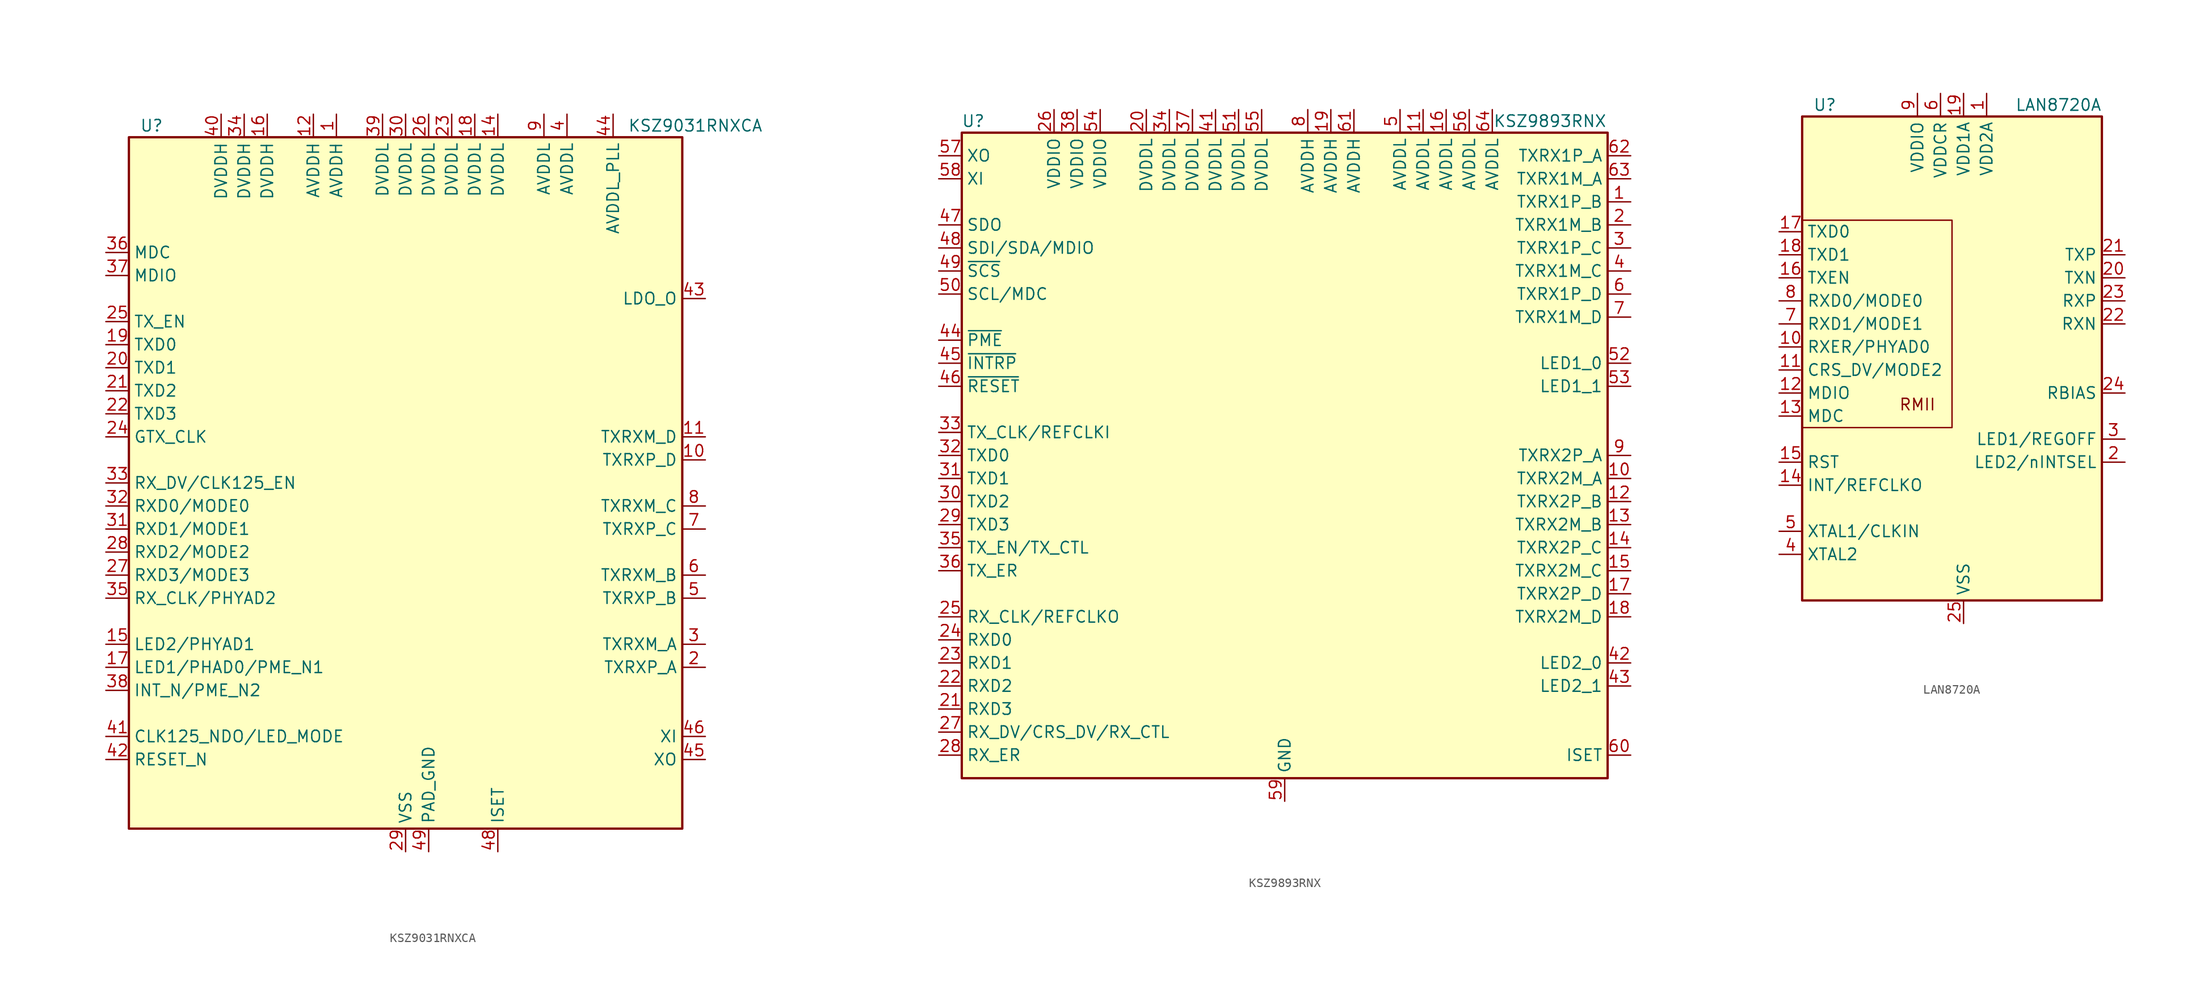
<source format=kicad_sym>
(kicad_symbol_lib
  (version 20201005)
  (generator kicad_symbol_editor)
  (symbol "Interface_Ethernet:KSZ9031RNXCA"
    (property "Reference" "U"
      (at -26.67 39.37 0)
      (effects (font (size 1.27 1.27)) (justify right)))
    (property "Value" "KSZ9031RNXCA"
      (at 39.37 39.37 0)
      (effects (font (size 1.27 1.27)) (justify right)))
    (symbol "KSZ9031RNXCA_0_1"
      (rectangle (start -30.48 38.1) (end 30.48 -38.1) (stroke (width 0.254)) (fill (type background))))
    (symbol "KSZ9031RNXCA_1_1"
      (pin power_in line (at -7.62 40.64 270) (length 2.54) (name "AVDDH" (effects (font (size 1.27 1.27)))) (number "1" (effects (font (size 1.27 1.27)))))
      (pin input line (at 33.02 2.54 180) (length 2.54) (name "TXRXP_D" (effects (font (size 1.27 1.27)))) (number "10" (effects (font (size 1.27 1.27)))))
      (pin input line (at 33.02 5.08 180) (length 2.54) (name "TXRXM_D" (effects (font (size 1.27 1.27)))) (number "11" (effects (font (size 1.27 1.27)))))
      (pin power_in line (at -10.16 40.64 270) (length 2.54) (name "AVDDH" (effects (font (size 1.27 1.27)))) (number "12" (effects (font (size 1.27 1.27)))))
      (pin no_connect line (at 30.48 12.7 180) (length 2.54) hide (name "NC" (effects (font (size 1.27 1.27)))) (number "13" (effects (font (size 1.27 1.27)))))
      (pin power_in line (at 10.16 40.64 270) (length 2.54) (name "DVDDL" (effects (font (size 1.27 1.27)))) (number "14" (effects (font (size 1.27 1.27)))))
      (pin bidirectional line (at -33.02 -17.78 0) (length 2.54) (name "LED2/PHYAD1" (effects (font (size 1.27 1.27)))) (number "15" (effects (font (size 1.27 1.27)))))
      (pin power_in line (at -15.24 40.64 270) (length 2.54) (name "DVDDH" (effects (font (size 1.27 1.27)))) (number "16" (effects (font (size 1.27 1.27)))))
      (pin bidirectional line (at -33.02 -20.32 0) (length 2.54) (name "LED1/PHAD0/PME_N1" (effects (font (size 1.27 1.27)))) (number "17" (effects (font (size 1.27 1.27)))))
      (pin power_in line (at 7.62 40.64 270) (length 2.54) (name "DVDDL" (effects (font (size 1.27 1.27)))) (number "18" (effects (font (size 1.27 1.27)))))
      (pin input line (at -33.02 15.24 0) (length 2.54) (name "TXD0" (effects (font (size 1.27 1.27)))) (number "19" (effects (font (size 1.27 1.27)))))
      (pin input line (at 33.02 -20.32 180) (length 2.54) (name "TXRXP_A" (effects (font (size 1.27 1.27)))) (number "2" (effects (font (size 1.27 1.27)))))
      (pin input line (at -33.02 12.7 0) (length 2.54) (name "TXD1" (effects (font (size 1.27 1.27)))) (number "20" (effects (font (size 1.27 1.27)))))
      (pin input line (at -33.02 10.16 0) (length 2.54) (name "TXD2" (effects (font (size 1.27 1.27)))) (number "21" (effects (font (size 1.27 1.27)))))
      (pin input line (at -33.02 7.62 0) (length 2.54) (name "TXD3" (effects (font (size 1.27 1.27)))) (number "22" (effects (font (size 1.27 1.27)))))
      (pin power_in line (at 5.08 40.64 270) (length 2.54) (name "DVDDL" (effects (font (size 1.27 1.27)))) (number "23" (effects (font (size 1.27 1.27)))))
      (pin input line (at -33.02 5.08 0) (length 2.54) (name "GTX_CLK" (effects (font (size 1.27 1.27)))) (number "24" (effects (font (size 1.27 1.27)))))
      (pin input line (at -33.02 17.78 0) (length 2.54) (name "TX_EN" (effects (font (size 1.27 1.27)))) (number "25" (effects (font (size 1.27 1.27)))))
      (pin power_in line (at 2.54 40.64 270) (length 2.54) (name "DVDDL" (effects (font (size 1.27 1.27)))) (number "26" (effects (font (size 1.27 1.27)))))
      (pin input line (at -33.02 -10.16 0) (length 2.54) (name "RXD3/MODE3" (effects (font (size 1.27 1.27)))) (number "27" (effects (font (size 1.27 1.27)))))
      (pin input line (at -33.02 -7.62 0) (length 2.54) (name "RXD2/MODE2" (effects (font (size 1.27 1.27)))) (number "28" (effects (font (size 1.27 1.27)))))
      (pin power_in line (at 0 -40.64 90) (length 2.54) (name "VSS" (effects (font (size 1.27 1.27)))) (number "29" (effects (font (size 1.27 1.27)))))
      (pin input line (at 33.02 -17.78 180) (length 2.54) (name "TXRXM_A" (effects (font (size 1.27 1.27)))) (number "3" (effects (font (size 1.27 1.27)))))
      (pin power_in line (at 0 40.64 270) (length 2.54) (name "DVDDL" (effects (font (size 1.27 1.27)))) (number "30" (effects (font (size 1.27 1.27)))))
      (pin input line (at -33.02 -5.08 0) (length 2.54) (name "RXD1/MODE1" (effects (font (size 1.27 1.27)))) (number "31" (effects (font (size 1.27 1.27)))))
      (pin input line (at -33.02 -2.54 0) (length 2.54) (name "RXD0/MODE0" (effects (font (size 1.27 1.27)))) (number "32" (effects (font (size 1.27 1.27)))))
      (pin input line (at -33.02 0 0) (length 2.54) (name "RX_DV/CLK125_EN" (effects (font (size 1.27 1.27)))) (number "33" (effects (font (size 1.27 1.27)))))
      (pin power_in line (at -17.78 40.64 270) (length 2.54) (name "DVDDH" (effects (font (size 1.27 1.27)))) (number "34" (effects (font (size 1.27 1.27)))))
      (pin input line (at -33.02 -12.7 0) (length 2.54) (name "RX_CLK/PHYAD2" (effects (font (size 1.27 1.27)))) (number "35" (effects (font (size 1.27 1.27)))))
      (pin input line (at -33.02 25.4 0) (length 2.54) (name "MDC" (effects (font (size 1.27 1.27)))) (number "36" (effects (font (size 1.27 1.27)))))
      (pin input line (at -33.02 22.86 0) (length 2.54) (name "MDIO" (effects (font (size 1.27 1.27)))) (number "37" (effects (font (size 1.27 1.27)))))
      (pin input line (at -33.02 -22.86 0) (length 2.54) (name "INT_N/PME_N2" (effects (font (size 1.27 1.27)))) (number "38" (effects (font (size 1.27 1.27)))))
      (pin power_in line (at -2.54 40.64 270) (length 2.54) (name "DVDDL" (effects (font (size 1.27 1.27)))) (number "39" (effects (font (size 1.27 1.27)))))
      (pin power_in line (at 17.78 40.64 270) (length 2.54) (name "AVDDL" (effects (font (size 1.27 1.27)))) (number "4" (effects (font (size 1.27 1.27)))))
      (pin power_in line (at -20.32 40.64 270) (length 2.54) (name "DVDDH" (effects (font (size 1.27 1.27)))) (number "40" (effects (font (size 1.27 1.27)))))
      (pin input line (at -33.02 -27.94 0) (length 2.54) (name "CLK125_NDO/LED_MODE" (effects (font (size 1.27 1.27)))) (number "41" (effects (font (size 1.27 1.27)))))
      (pin input line (at -33.02 -30.48 0) (length 2.54) (name "RESET_N" (effects (font (size 1.27 1.27)))) (number "42" (effects (font (size 1.27 1.27)))))
      (pin input line (at 33.02 20.32 180) (length 2.54) (name "LDO_O" (effects (font (size 1.27 1.27)))) (number "43" (effects (font (size 1.27 1.27)))))
      (pin power_in line (at 22.86 40.64 270) (length 2.54) (name "AVDDL_PLL" (effects (font (size 1.27 1.27)))) (number "44" (effects (font (size 1.27 1.27)))))
      (pin input line (at 33.02 -30.48 180) (length 2.54) (name "XO" (effects (font (size 1.27 1.27)))) (number "45" (effects (font (size 1.27 1.27)))))
      (pin input line (at 33.02 -27.94 180) (length 2.54) (name "XI" (effects (font (size 1.27 1.27)))) (number "46" (effects (font (size 1.27 1.27)))))
      (pin no_connect line (at 30.48 10.16 180) (length 2.54) hide (name "NC" (effects (font (size 1.27 1.27)))) (number "47" (effects (font (size 1.27 1.27)))))
      (pin output line (at 10.16 -40.64 90) (length 2.54) (name "ISET" (effects (font (size 1.27 1.27)))) (number "48" (effects (font (size 1.27 1.27)))))
      (pin power_in line (at 2.54 -40.64 90) (length 2.54) (name "PAD_GND" (effects (font (size 1.27 1.27)))) (number "49" (effects (font (size 1.27 1.27)))))
      (pin input line (at 33.02 -12.7 180) (length 2.54) (name "TXRXP_B" (effects (font (size 1.27 1.27)))) (number "5" (effects (font (size 1.27 1.27)))))
      (pin input line (at 33.02 -10.16 180) (length 2.54) (name "TXRXM_B" (effects (font (size 1.27 1.27)))) (number "6" (effects (font (size 1.27 1.27)))))
      (pin input line (at 33.02 -5.08 180) (length 2.54) (name "TXRXP_C" (effects (font (size 1.27 1.27)))) (number "7" (effects (font (size 1.27 1.27)))))
      (pin input line (at 33.02 -2.54 180) (length 2.54) (name "TXRXM_C" (effects (font (size 1.27 1.27)))) (number "8" (effects (font (size 1.27 1.27)))))
      (pin power_in line (at 15.24 40.64 270) (length 2.54) (name "AVDDL" (effects (font (size 1.27 1.27)))) (number "9" (effects (font (size 1.27 1.27)))))))
  (symbol "Interface_Ethernet:KSZ9893RNX"
    (property "Reference" "U"
      (at -34.29 36.83 0)
      (effects (font (size 1.27 1.27))))
    (property "Value" "KSZ9893RNX"
      (at 29.21 36.83 0)
      (effects (font (size 1.27 1.27))))
    (symbol "KSZ9893RNX_0_1"
      (rectangle (start 35.56 -35.56) (end -35.56 35.56) (stroke (width 0.254)) (fill (type background))))
    (symbol "KSZ9893RNX_1_1"
      (pin passive line (at 38.1 27.94 180) (length 2.54) (name "TXRX1P_B" (effects (font (size 1.27 1.27)))) (number "1" (effects (font (size 1.27 1.27)))))
      (pin passive line (at 38.1 -2.54 180) (length 2.54) (name "TXRX2M_A" (effects (font (size 1.27 1.27)))) (number "10" (effects (font (size 1.27 1.27)))))
      (pin power_in line (at 15.24 38.1 270) (length 2.54) (name "AVDDL" (effects (font (size 1.27 1.27)))) (number "11" (effects (font (size 1.27 1.27)))))
      (pin passive line (at 38.1 -5.08 180) (length 2.54) (name "TXRX2P_B" (effects (font (size 1.27 1.27)))) (number "12" (effects (font (size 1.27 1.27)))))
      (pin passive line (at 38.1 -7.62 180) (length 2.54) (name "TXRX2M_B" (effects (font (size 1.27 1.27)))) (number "13" (effects (font (size 1.27 1.27)))))
      (pin passive line (at 38.1 -10.16 180) (length 2.54) (name "TXRX2P_C" (effects (font (size 1.27 1.27)))) (number "14" (effects (font (size 1.27 1.27)))))
      (pin passive line (at 38.1 -12.7 180) (length 2.54) (name "TXRX2M_C" (effects (font (size 1.27 1.27)))) (number "15" (effects (font (size 1.27 1.27)))))
      (pin power_in line (at 17.78 38.1 270) (length 2.54) (name "AVDDL" (effects (font (size 1.27 1.27)))) (number "16" (effects (font (size 1.27 1.27)))))
      (pin passive line (at 38.1 -15.24 180) (length 2.54) (name "TXRX2P_D" (effects (font (size 1.27 1.27)))) (number "17" (effects (font (size 1.27 1.27)))))
      (pin passive line (at 38.1 -17.78 180) (length 2.54) (name "TXRX2M_D" (effects (font (size 1.27 1.27)))) (number "18" (effects (font (size 1.27 1.27)))))
      (pin power_in line (at 5.08 38.1 270) (length 2.54) (name "AVDDH" (effects (font (size 1.27 1.27)))) (number "19" (effects (font (size 1.27 1.27)))))
      (pin passive line (at 38.1 25.4 180) (length 2.54) (name "TXRX1M_B" (effects (font (size 1.27 1.27)))) (number "2" (effects (font (size 1.27 1.27)))))
      (pin power_in line (at -15.24 38.1 270) (length 2.54) (name "DVDDL" (effects (font (size 1.27 1.27)))) (number "20" (effects (font (size 1.27 1.27)))))
      (pin output line (at -38.1 -27.94 0) (length 2.54) (name "RXD3" (effects (font (size 1.27 1.27)))) (number "21" (effects (font (size 1.27 1.27)))))
      (pin output line (at -38.1 -25.4 0) (length 2.54) (name "RXD2" (effects (font (size 1.27 1.27)))) (number "22" (effects (font (size 1.27 1.27)))))
      (pin output line (at -38.1 -22.86 0) (length 2.54) (name "RXD1" (effects (font (size 1.27 1.27)))) (number "23" (effects (font (size 1.27 1.27)))))
      (pin output line (at -38.1 -20.32 0) (length 2.54) (name "RXD0" (effects (font (size 1.27 1.27)))) (number "24" (effects (font (size 1.27 1.27)))))
      (pin output line (at -38.1 -17.78 0) (length 2.54) (name "RX_CLK/REFCLKO" (effects (font (size 1.27 1.27)))) (number "25" (effects (font (size 1.27 1.27)))))
      (pin power_in line (at -25.4 38.1 270) (length 2.54) (name "VDDIO" (effects (font (size 1.27 1.27)))) (number "26" (effects (font (size 1.27 1.27)))))
      (pin output line (at -38.1 -30.48 0) (length 2.54) (name "RX_DV/CRS_DV/RX_CTL" (effects (font (size 1.27 1.27)))) (number "27" (effects (font (size 1.27 1.27)))))
      (pin output line (at -38.1 -33.02 0) (length 2.54) (name "RX_ER" (effects (font (size 1.27 1.27)))) (number "28" (effects (font (size 1.27 1.27)))))
      (pin input line (at -38.1 -7.62 0) (length 2.54) (name "TXD3" (effects (font (size 1.27 1.27)))) (number "29" (effects (font (size 1.27 1.27)))))
      (pin passive line (at 38.1 22.86 180) (length 2.54) (name "TXRX1P_C" (effects (font (size 1.27 1.27)))) (number "3" (effects (font (size 1.27 1.27)))))
      (pin input line (at -38.1 -5.08 0) (length 2.54) (name "TXD2" (effects (font (size 1.27 1.27)))) (number "30" (effects (font (size 1.27 1.27)))))
      (pin input line (at -38.1 -2.54 0) (length 2.54) (name "TXD1" (effects (font (size 1.27 1.27)))) (number "31" (effects (font (size 1.27 1.27)))))
      (pin input line (at -38.1 0 0) (length 2.54) (name "TXD0" (effects (font (size 1.27 1.27)))) (number "32" (effects (font (size 1.27 1.27)))))
      (pin input line (at -38.1 2.54 0) (length 2.54) (name "TX_CLK/REFCLKI" (effects (font (size 1.27 1.27)))) (number "33" (effects (font (size 1.27 1.27)))))
      (pin power_in line (at -12.7 38.1 270) (length 2.54) (name "DVDDL" (effects (font (size 1.27 1.27)))) (number "34" (effects (font (size 1.27 1.27)))))
      (pin input line (at -38.1 -10.16 0) (length 2.54) (name "TX_EN/TX_CTL" (effects (font (size 1.27 1.27)))) (number "35" (effects (font (size 1.27 1.27)))))
      (pin input line (at -38.1 -12.7 0) (length 2.54) (name "TX_ER" (effects (font (size 1.27 1.27)))) (number "36" (effects (font (size 1.27 1.27)))))
      (pin power_in line (at -10.16 38.1 270) (length 2.54) (name "DVDDL" (effects (font (size 1.27 1.27)))) (number "37" (effects (font (size 1.27 1.27)))))
      (pin power_in line (at -22.86 38.1 270) (length 2.54) (name "VDDIO" (effects (font (size 1.27 1.27)))) (number "38" (effects (font (size 1.27 1.27)))))
      (pin no_connect line (at 35.56 2.54 180) (length 2.54) hide (name "NC" (effects (font (size 1.27 1.27)))) (number "39" (effects (font (size 1.27 1.27)))))
      (pin passive line (at 38.1 20.32 180) (length 2.54) (name "TXRX1M_C" (effects (font (size 1.27 1.27)))) (number "4" (effects (font (size 1.27 1.27)))))
      (pin no_connect line (at 35.56 5.08 180) (length 2.54) hide (name "NC" (effects (font (size 1.27 1.27)))) (number "40" (effects (font (size 1.27 1.27)))))
      (pin power_in line (at -7.62 38.1 270) (length 2.54) (name "DVDDL" (effects (font (size 1.27 1.27)))) (number "41" (effects (font (size 1.27 1.27)))))
      (pin output line (at 38.1 -22.86 180) (length 2.54) (name "LED2_0" (effects (font (size 1.27 1.27)))) (number "42" (effects (font (size 1.27 1.27)))))
      (pin output line (at 38.1 -25.4 180) (length 2.54) (name "LED2_1" (effects (font (size 1.27 1.27)))) (number "43" (effects (font (size 1.27 1.27)))))
      (pin output line (at -38.1 12.7 0) (length 2.54) (name "~PME" (effects (font (size 1.27 1.27)))) (number "44" (effects (font (size 1.27 1.27)))))
      (pin output line (at -38.1 10.16 0) (length 2.54) (name "~INTRP" (effects (font (size 1.27 1.27)))) (number "45" (effects (font (size 1.27 1.27)))))
      (pin input line (at -38.1 7.62 0) (length 2.54) (name "~RESET" (effects (font (size 1.27 1.27)))) (number "46" (effects (font (size 1.27 1.27)))))
      (pin output line (at -38.1 25.4 0) (length 2.54) (name "SDO" (effects (font (size 1.27 1.27)))) (number "47" (effects (font (size 1.27 1.27)))))
      (pin bidirectional line (at -38.1 22.86 0) (length 2.54) (name "SDI/SDA/MDIO" (effects (font (size 1.27 1.27)))) (number "48" (effects (font (size 1.27 1.27)))))
      (pin input line (at -38.1 20.32 0) (length 2.54) (name "~SCS" (effects (font (size 1.27 1.27)))) (number "49" (effects (font (size 1.27 1.27)))))
      (pin power_in line (at 12.7 38.1 270) (length 2.54) (name "AVDDL" (effects (font (size 1.27 1.27)))) (number "5" (effects (font (size 1.27 1.27)))))
      (pin input line (at -38.1 17.78 0) (length 2.54) (name "SCL/MDC" (effects (font (size 1.27 1.27)))) (number "50" (effects (font (size 1.27 1.27)))))
      (pin power_in line (at -5.08 38.1 270) (length 2.54) (name "DVDDL" (effects (font (size 1.27 1.27)))) (number "51" (effects (font (size 1.27 1.27)))))
      (pin output line (at 38.1 10.16 180) (length 2.54) (name "LED1_0" (effects (font (size 1.27 1.27)))) (number "52" (effects (font (size 1.27 1.27)))))
      (pin output line (at 38.1 7.62 180) (length 2.54) (name "LED1_1" (effects (font (size 1.27 1.27)))) (number "53" (effects (font (size 1.27 1.27)))))
      (pin power_in line (at -20.32 38.1 270) (length 2.54) (name "VDDIO" (effects (font (size 1.27 1.27)))) (number "54" (effects (font (size 1.27 1.27)))))
      (pin power_in line (at -2.54 38.1 270) (length 2.54) (name "DVDDL" (effects (font (size 1.27 1.27)))) (number "55" (effects (font (size 1.27 1.27)))))
      (pin power_in line (at 20.32 38.1 270) (length 2.54) (name "AVDDL" (effects (font (size 1.27 1.27)))) (number "56" (effects (font (size 1.27 1.27)))))
      (pin output line (at -38.1 33.02 0) (length 2.54) (name "XO" (effects (font (size 1.27 1.27)))) (number "57" (effects (font (size 1.27 1.27)))))
      (pin input line (at -38.1 30.48 0) (length 2.54) (name "XI" (effects (font (size 1.27 1.27)))) (number "58" (effects (font (size 1.27 1.27)))))
      (pin power_in line (at 0 -38.1 90) (length 2.54) (name "GND" (effects (font (size 1.27 1.27)))) (number "59" (effects (font (size 1.27 1.27)))))
      (pin passive line (at 38.1 17.78 180) (length 2.54) (name "TXRX1P_D" (effects (font (size 1.27 1.27)))) (number "6" (effects (font (size 1.27 1.27)))))
      (pin passive line (at 38.1 -33.02 180) (length 2.54) (name "ISET" (effects (font (size 1.27 1.27)))) (number "60" (effects (font (size 1.27 1.27)))))
      (pin power_in line (at 7.62 38.1 270) (length 2.54) (name "AVDDH" (effects (font (size 1.27 1.27)))) (number "61" (effects (font (size 1.27 1.27)))))
      (pin passive line (at 38.1 33.02 180) (length 2.54) (name "TXRX1P_A" (effects (font (size 1.27 1.27)))) (number "62" (effects (font (size 1.27 1.27)))))
      (pin passive line (at 38.1 30.48 180) (length 2.54) (name "TXRX1M_A" (effects (font (size 1.27 1.27)))) (number "63" (effects (font (size 1.27 1.27)))))
      (pin power_in line (at 22.86 38.1 270) (length 2.54) (name "AVDDL" (effects (font (size 1.27 1.27)))) (number "64" (effects (font (size 1.27 1.27)))))
      (pin passive line (at 0 -38.1 90) (length 2.54) hide (name "GND" (effects (font (size 1.27 1.27)))) (number "65" (effects (font (size 1.27 1.27)))))
      (pin passive line (at 38.1 15.24 180) (length 2.54) (name "TXRX1M_D" (effects (font (size 1.27 1.27)))) (number "7" (effects (font (size 1.27 1.27)))))
      (pin power_in line (at 2.54 38.1 270) (length 2.54) (name "AVDDH" (effects (font (size 1.27 1.27)))) (number "8" (effects (font (size 1.27 1.27)))))
      (pin passive line (at 38.1 0 180) (length 2.54) (name "TXRX2P_A" (effects (font (size 1.27 1.27)))) (number "9" (effects (font (size 1.27 1.27)))))))
  (symbol "Interface_Ethernet:LAN8720A"
    (property "Reference" "U"
      (at -13.97 29.21 0)
      (effects (font (size 1.27 1.27)) (justify right)))
    (property "Value" "LAN8720A"
      (at 15.24 29.21 0)
      (effects (font (size 1.27 1.27)) (justify right)))
    (symbol "LAN8720A_0_0"
      (text "RMII" (at -5.08 -3.81 0) (effects (font (size 1.27 1.27)))))
    (symbol "LAN8720A_0_1"
      (rectangle (start -17.78 27.94) (end 15.24 -25.4) (stroke (width 0.254)) (fill (type background)))
      (polyline (pts (xy -17.78 -6.35) (xy -1.27 -6.35) (xy -1.27 16.51) (xy -17.78 16.51)) (stroke (width 0)) (fill (type none))))
    (symbol "LAN8720A_1_1"
      (pin power_in line (at 2.54 30.48 270) (length 2.54) (name "VDD2A" (effects (font (size 1.27 1.27)))) (number "1" (effects (font (size 1.27 1.27)))))
      (pin output line (at -20.32 2.54 0) (length 2.54) (name "RXER/PHYAD0" (effects (font (size 1.27 1.27)))) (number "10" (effects (font (size 1.27 1.27)))))
      (pin output line (at -20.32 0 0) (length 2.54) (name "CRS_DV/MODE2" (effects (font (size 1.27 1.27)))) (number "11" (effects (font (size 1.27 1.27)))))
      (pin bidirectional line (at -20.32 -2.54 0) (length 2.54) (name "MDIO" (effects (font (size 1.27 1.27)))) (number "12" (effects (font (size 1.27 1.27)))))
      (pin input line (at -20.32 -5.08 0) (length 2.54) (name "MDC" (effects (font (size 1.27 1.27)))) (number "13" (effects (font (size 1.27 1.27)))))
      (pin output line (at -20.32 -12.7 0) (length 2.54) (name "INT/REFCLKO" (effects (font (size 1.27 1.27)))) (number "14" (effects (font (size 1.27 1.27)))))
      (pin input line (at -20.32 -10.16 0) (length 2.54) (name "RST" (effects (font (size 1.27 1.27)))) (number "15" (effects (font (size 1.27 1.27)))))
      (pin input line (at -20.32 10.16 0) (length 2.54) (name "TXEN" (effects (font (size 1.27 1.27)))) (number "16" (effects (font (size 1.27 1.27)))))
      (pin input line (at -20.32 15.24 0) (length 2.54) (name "TXD0" (effects (font (size 1.27 1.27)))) (number "17" (effects (font (size 1.27 1.27)))))
      (pin input line (at -20.32 12.7 0) (length 2.54) (name "TXD1" (effects (font (size 1.27 1.27)))) (number "18" (effects (font (size 1.27 1.27)))))
      (pin power_in line (at 0 30.48 270) (length 2.54) (name "VDD1A" (effects (font (size 1.27 1.27)))) (number "19" (effects (font (size 1.27 1.27)))))
      (pin bidirectional line (at 17.78 -10.16 180) (length 2.54) (name "LED2/nINTSEL" (effects (font (size 1.27 1.27)))) (number "2" (effects (font (size 1.27 1.27)))))
      (pin output line (at 17.78 10.16 180) (length 2.54) (name "TXN" (effects (font (size 1.27 1.27)))) (number "20" (effects (font (size 1.27 1.27)))))
      (pin output line (at 17.78 12.7 180) (length 2.54) (name "TXP" (effects (font (size 1.27 1.27)))) (number "21" (effects (font (size 1.27 1.27)))))
      (pin output line (at 17.78 5.08 180) (length 2.54) (name "RXN" (effects (font (size 1.27 1.27)))) (number "22" (effects (font (size 1.27 1.27)))))
      (pin output line (at 17.78 7.62 180) (length 2.54) (name "RXP" (effects (font (size 1.27 1.27)))) (number "23" (effects (font (size 1.27 1.27)))))
      (pin input line (at 17.78 -2.54 180) (length 2.54) (name "RBIAS" (effects (font (size 1.27 1.27)))) (number "24" (effects (font (size 1.27 1.27)))))
      (pin power_in line (at 0 -27.94 90) (length 2.54) (name "VSS" (effects (font (size 1.27 1.27)))) (number "25" (effects (font (size 1.27 1.27)))))
      (pin bidirectional line (at 17.78 -7.62 180) (length 2.54) (name "LED1/REGOFF" (effects (font (size 1.27 1.27)))) (number "3" (effects (font (size 1.27 1.27)))))
      (pin passive line (at -20.32 -20.32 0) (length 2.54) (name "XTAL2" (effects (font (size 1.27 1.27)))) (number "4" (effects (font (size 1.27 1.27)))))
      (pin passive line (at -20.32 -17.78 0) (length 2.54) (name "XTAL1/CLKIN" (effects (font (size 1.27 1.27)))) (number "5" (effects (font (size 1.27 1.27)))))
      (pin power_in line (at -2.54 30.48 270) (length 2.54) (name "VDDCR" (effects (font (size 1.27 1.27)))) (number "6" (effects (font (size 1.27 1.27)))))
      (pin output line (at -20.32 5.08 0) (length 2.54) (name "RXD1/MODE1" (effects (font (size 1.27 1.27)))) (number "7" (effects (font (size 1.27 1.27)))))
      (pin output line (at -20.32 7.62 0) (length 2.54) (name "RXD0/MODE0" (effects (font (size 1.27 1.27)))) (number "8" (effects (font (size 1.27 1.27)))))
      (pin power_in line (at -5.08 30.48 270) (length 2.54) (name "VDDIO" (effects (font (size 1.27 1.27)))) (number "9" (effects (font (size 1.27 1.27))))))))
</source>
